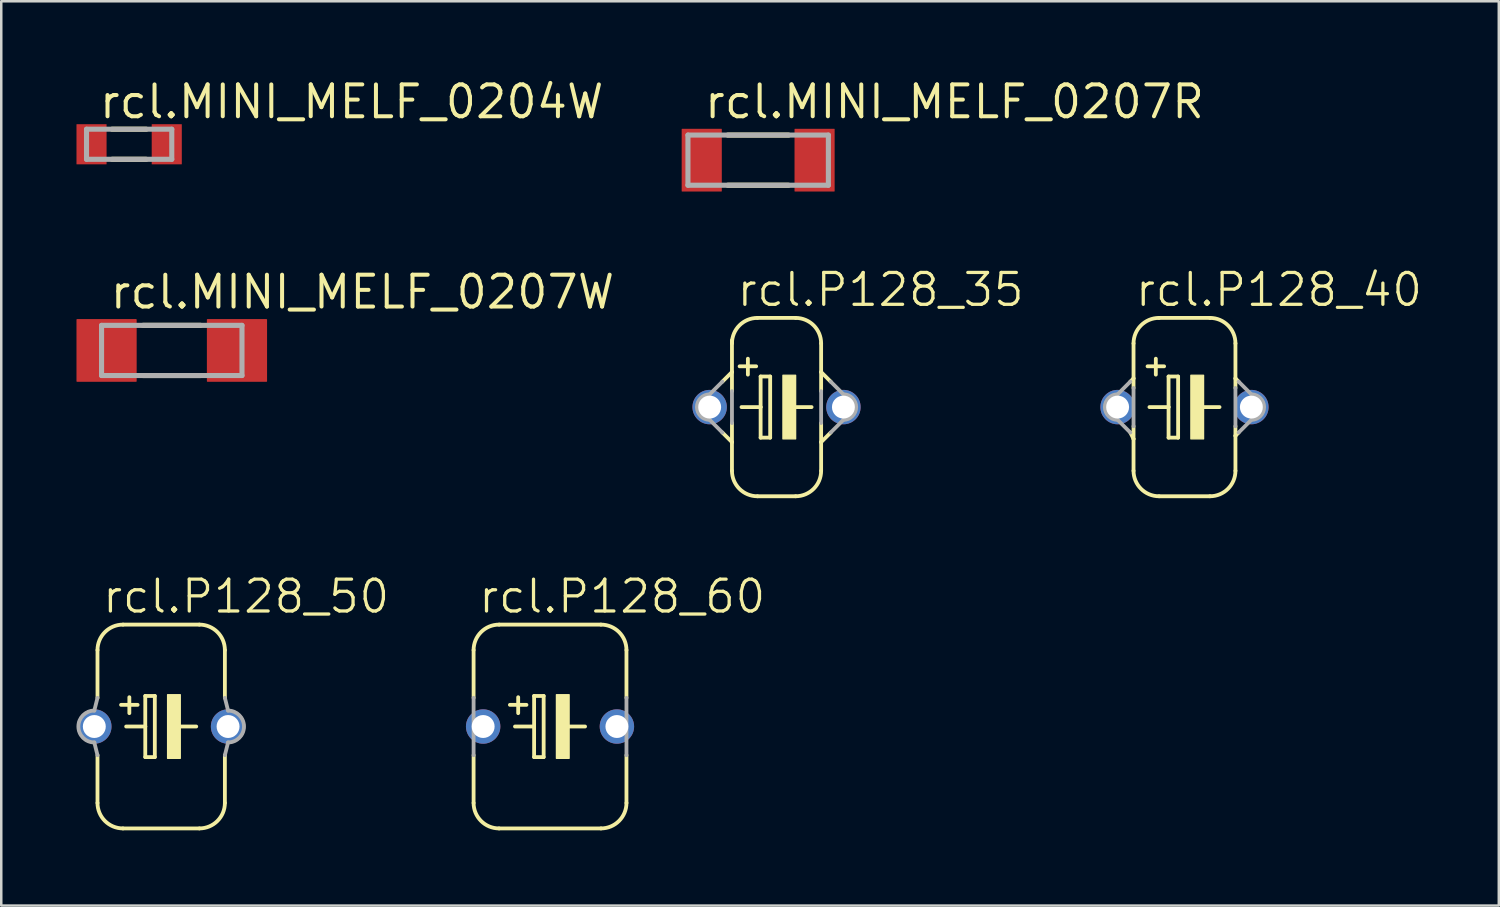
<source format=kicad_pcb>
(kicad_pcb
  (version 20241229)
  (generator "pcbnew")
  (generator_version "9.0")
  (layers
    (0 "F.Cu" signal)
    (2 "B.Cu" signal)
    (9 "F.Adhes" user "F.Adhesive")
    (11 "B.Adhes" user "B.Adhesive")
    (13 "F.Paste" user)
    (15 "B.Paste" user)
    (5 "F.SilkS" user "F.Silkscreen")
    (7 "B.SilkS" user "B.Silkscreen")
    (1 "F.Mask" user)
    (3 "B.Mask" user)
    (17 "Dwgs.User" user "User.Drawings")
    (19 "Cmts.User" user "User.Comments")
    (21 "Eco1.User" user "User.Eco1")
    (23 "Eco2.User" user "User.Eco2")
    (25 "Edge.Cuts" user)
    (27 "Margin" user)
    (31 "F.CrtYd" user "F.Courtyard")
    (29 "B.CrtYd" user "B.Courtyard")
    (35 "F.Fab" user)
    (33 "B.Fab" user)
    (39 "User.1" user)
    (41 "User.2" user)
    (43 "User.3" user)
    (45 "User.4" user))
  (footprint "rcl.P128_35"
    (layer "F.Cu")
    (at 27.917 13.184)
    (property "Reference" "rcl.P128_35" (at -1.651 -3.937 0) (layer "F.SilkS") (effects (font (size 1.27 1.27) (thickness 0.13)) (justify left bottom)))
    (attr through_hole)
    (fp_line (start -2.159 -1.016) (end -1.778 -1.397) (stroke (width 0.152) (type default)) (layer "F.SilkS"))
    (fp_line (start -1.778 -2.667) (end -1.778 -1.397) (stroke (width 0.152) (type default)) (layer "F.SilkS"))
    (fp_line (start -1.778 -1.397) (end -1.778 -0.635) (stroke (width 0.152) (type default)) (layer "F.SilkS"))
    (fp_line (start -1.778 0.635) (end -1.778 1.397) (stroke (width 0.152) (type default)) (layer "F.SilkS"))
    (fp_line (start -1.778 1.397) (end -2.159 1.016) (stroke (width 0.152) (type default)) (layer "F.SilkS"))
    (fp_line (start -1.778 1.397) (end -1.778 2.54) (stroke (width 0.152) (type default)) (layer "F.SilkS"))
    (fp_line (start -1.397 0) (end -0.635 0) (stroke (width 0.152) (type default)) (layer "F.SilkS"))
    (fp_line (start -1.143 -1.93) (end -1.143 -1.295) (stroke (width 0.152) (type default)) (layer "F.SilkS"))
    (fp_line (start -0.813 -1.626) (end -1.473 -1.626) (stroke (width 0.152) (type default)) (layer "F.SilkS"))
    (fp_line (start -0.762 3.556) (end 0.762 3.556) (stroke (width 0.152) (type default)) (layer "F.SilkS"))
    (fp_line (start -0.635 -1.219) (end -0.635 0) (stroke (width 0.152) (type default)) (layer "F.SilkS"))
    (fp_line (start -0.635 0) (end -0.635 1.219) (stroke (width 0.152) (type default)) (layer "F.SilkS"))
    (fp_line (start -0.635 1.219) (end -0.254 1.219) (stroke (width 0.152) (type default)) (layer "F.SilkS"))
    (fp_line (start -0.254 -1.219) (end -0.635 -1.219) (stroke (width 0.152) (type default)) (layer "F.SilkS"))
    (fp_line (start -0.254 1.219) (end -0.254 -1.219) (stroke (width 0.152) (type default)) (layer "F.SilkS"))
    (fp_line (start 0.635 0) (end 1.397 0) (stroke (width 0.152) (type default)) (layer "F.SilkS"))
    (fp_line (start 0.762 -3.556) (end -0.762 -3.556) (stroke (width 0.152) (type default)) (layer "F.SilkS"))
    (fp_line (start 1.778 -2.54) (end 1.778 -1.397) (stroke (width 0.152) (type default)) (layer "F.SilkS"))
    (fp_line (start 1.778 -1.397) (end 1.778 -0.635) (stroke (width 0.152) (type default)) (layer "F.SilkS"))
    (fp_line (start 1.778 0.635) (end 1.778 1.397) (stroke (width 0.152) (type default)) (layer "F.SilkS"))
    (fp_line (start 1.778 1.397) (end 1.778 2.54) (stroke (width 0.152) (type default)) (layer "F.SilkS"))
    (fp_line (start 1.778 1.397) (end 2.159 1.016) (stroke (width 0.152) (type default)) (layer "F.SilkS"))
    (fp_line (start 2.159 -1.016) (end 1.778 -1.397) (stroke (width 0.152) (type default)) (layer "F.SilkS"))
    (fp_rect (start 0.254 1.27) (end 0.762 -1.27) (stroke (width 0.05) (type default)) (fill yes) (layer "F.SilkS"))
    (fp_arc (start -1.778 -2.54) (mid -1.48042 -3.25842) (end -0.762 -3.556) (stroke (width 0.1524) (type default)) (layer "F.SilkS"))
    (fp_arc (start -0.762 3.556) (mid -1.48042 3.25842) (end -1.778 2.54) (stroke (width 0.1524) (type default)) (layer "F.SilkS"))
    (fp_arc (start 0.762 -3.556) (mid 1.48042 -3.25842) (end 1.778 -2.54) (stroke (width 0.1524) (type default)) (layer "F.SilkS"))
    (fp_arc (start 1.778 2.54) (mid 1.48042 3.25842) (end 0.762 3.556) (stroke (width 0.1524) (type default)) (layer "F.SilkS"))
    (fp_line (start -2.667 -0.508) (end -2.159 -1.016) (stroke (width 0.152) (type default)) (layer "F.Fab"))
    (fp_line (start -2.159 1.016) (end -2.667 0.508) (stroke (width 0.152) (type default)) (layer "F.Fab"))
    (fp_line (start -1.778 -0.635) (end -1.778 0.635) (stroke (width 0.152) (type default)) (layer "F.Fab"))
    (fp_line (start 1.778 -0.635) (end 1.778 0.635) (stroke (width 0.152) (type default)) (layer "F.Fab"))
    (fp_line (start 2.159 1.016) (end 2.667 0.508) (stroke (width 0.152) (type default)) (layer "F.Fab"))
    (fp_line (start 2.667 -0.508) (end 2.159 -1.016) (stroke (width 0.152) (type default)) (layer "F.Fab"))
    (fp_arc (start -2.667 0.508) (mid -3.175 0) (end -2.667 -0.508) (stroke (width 0.1524) (type default)) (layer "F.Fab"))
    (fp_arc (start 2.667 -0.508) (mid 3.175 0) (end 2.667 0.508) (stroke (width 0.1524) (type default)) (layer "F.Fab"))
    (pad "+" thru_hole circle (at -2.667 0) (size 1.372 1.372) (drill 0.914) (layers "*.Cu" "*.Mask"))
    (pad "-" thru_hole circle (at 2.667 0) (size 1.372 1.372) (drill 0.914) (layers "*.Cu" "*.Mask")))
  (footprint "rcl.MINI_MELF_0204W"
    (layer "F.Cu")
    (at 2.1 2.703)
    (property "Reference" "rcl.MINI_MELF_0204W" (at -1.27 -0.953 0) (layer "F.SilkS") (effects (font (size 1.27 1.27) (thickness 0.16)) (justify left bottom)))
    (attr smd)
    (fp_line (start -0.684 0.6) (end 0.684 0.6) (stroke (width 0.203) (type default)) (layer "F.SilkS"))
    (fp_line (start 0.684 -0.6) (end -0.684 -0.6) (stroke (width 0.203) (type default)) (layer "F.SilkS"))
    (fp_line (start -1.7 -0.6) (end -1.7 0.6) (stroke (width 0.203) (type default)) (layer "F.Fab"))
    (fp_line (start -1.7 0.6) (end 1.7 0.6) (stroke (width 0.203) (type default)) (layer "F.Fab"))
    (fp_line (start 1.7 -0.6) (end -1.7 -0.6) (stroke (width 0.203) (type default)) (layer "F.Fab"))
    (fp_line (start 1.7 0.6) (end 1.7 -0.6) (stroke (width 0.203) (type default)) (layer "F.Fab"))
    (pad "1" smd roundrect (at -1.5 0) (size 1.2 1.6) (layers "F.Cu" "F.Mask" "F.Paste") (roundrect_rratio 0.01))
    (pad "2" smd roundrect (at 1.5 0) (size 1.2 1.6) (layers "F.Cu" "F.Mask" "F.Paste") (roundrect_rratio 0.01)))
  (footprint "rcl.MINI_MELF_0207R"
    (layer "F.Cu")
    (at 27.184 3.337)
    (property "Reference" "rcl.MINI_MELF_0207R" (at -2.223 -1.587 0) (layer "F.SilkS") (effects (font (size 1.27 1.27) (thickness 0.16)) (justify left bottom)))
    (attr smd)
    (fp_line (start -1.212 1) (end 1.212 1) (stroke (width 0.203) (type default)) (layer "F.SilkS"))
    (fp_line (start 1.212 -1) (end -1.212 -1) (stroke (width 0.203) (type default)) (layer "F.SilkS"))
    (fp_line (start -2.8 -1) (end -2.8 1) (stroke (width 0.203) (type default)) (layer "F.Fab"))
    (fp_line (start -2.8 1) (end 2.8 1) (stroke (width 0.203) (type default)) (layer "F.Fab"))
    (fp_line (start 2.8 -1) (end -2.8 -1) (stroke (width 0.203) (type default)) (layer "F.Fab"))
    (fp_line (start 2.8 1) (end 2.8 -1) (stroke (width 0.203) (type default)) (layer "F.Fab"))
    (pad "1" smd roundrect (at -2.25 0) (size 1.6 2.5) (layers "F.Cu" "F.Mask" "F.Paste") (roundrect_rratio 0.01))
    (pad "2" smd roundrect (at 2.25 0) (size 1.6 2.5) (layers "F.Cu" "F.Mask" "F.Paste") (roundrect_rratio 0.01)))
  (footprint "rcl.P128_40"
    (layer "F.Cu")
    (at 44.185 13.184)
    (property "Reference" "rcl.P128_40" (at -2.032 -3.937 0) (layer "F.SilkS") (effects (font (size 1.27 1.27) (thickness 0.13)) (justify left bottom)))
    (attr through_hole)
    (fp_line (start -2.159 -1.016) (end -2.032 -1.143) (stroke (width 0.152) (type default)) (layer "F.SilkS"))
    (fp_line (start -2.032 -2.54) (end -2.032 -1.143) (stroke (width 0.152) (type default)) (layer "F.SilkS"))
    (fp_line (start -2.032 -1.143) (end -2.032 -0.762) (stroke (width 0.152) (type default)) (layer "F.SilkS"))
    (fp_line (start -2.032 0.762) (end -2.032 1.27) (stroke (width 0.152) (type default)) (layer "F.SilkS"))
    (fp_line (start -2.032 1.27) (end -2.159 1.016) (stroke (width 0.152) (type default)) (layer "F.SilkS"))
    (fp_line (start -2.032 1.27) (end -2.032 2.54) (stroke (width 0.152) (type default)) (layer "F.SilkS"))
    (fp_line (start -1.397 0) (end -0.635 0) (stroke (width 0.152) (type default)) (layer "F.SilkS"))
    (fp_line (start -1.143 -1.93) (end -1.143 -1.295) (stroke (width 0.152) (type default)) (layer "F.SilkS"))
    (fp_line (start -1.016 3.556) (end 1.016 3.556) (stroke (width 0.152) (type default)) (layer "F.SilkS"))
    (fp_line (start -0.813 -1.626) (end -1.473 -1.626) (stroke (width 0.152) (type default)) (layer "F.SilkS"))
    (fp_line (start -0.635 -1.219) (end -0.635 0) (stroke (width 0.152) (type default)) (layer "F.SilkS"))
    (fp_line (start -0.635 0) (end -0.635 1.219) (stroke (width 0.152) (type default)) (layer "F.SilkS"))
    (fp_line (start -0.635 1.219) (end -0.254 1.219) (stroke (width 0.152) (type default)) (layer "F.SilkS"))
    (fp_line (start -0.254 -1.219) (end -0.635 -1.219) (stroke (width 0.152) (type default)) (layer "F.SilkS"))
    (fp_line (start -0.254 1.219) (end -0.254 -1.219) (stroke (width 0.152) (type default)) (layer "F.SilkS"))
    (fp_line (start 0.635 0) (end 1.397 0) (stroke (width 0.152) (type default)) (layer "F.SilkS"))
    (fp_line (start 1.016 -3.556) (end -1.016 -3.556) (stroke (width 0.152) (type default)) (layer "F.SilkS"))
    (fp_line (start 2.032 -2.54) (end 2.032 -1.143) (stroke (width 0.152) (type default)) (layer "F.SilkS"))
    (fp_line (start 2.032 -1.143) (end 2.032 -0.762) (stroke (width 0.152) (type default)) (layer "F.SilkS"))
    (fp_line (start 2.032 0.762) (end 2.032 1.143) (stroke (width 0.152) (type default)) (layer "F.SilkS"))
    (fp_line (start 2.032 1.143) (end 2.032 2.54) (stroke (width 0.152) (type default)) (layer "F.SilkS"))
    (fp_line (start 2.032 1.143) (end 2.159 1.016) (stroke (width 0.152) (type default)) (layer "F.SilkS"))
    (fp_line (start 2.159 -1.016) (end 2.032 -1.143) (stroke (width 0.152) (type default)) (layer "F.SilkS"))
    (fp_rect (start 0.254 1.27) (end 0.762 -1.27) (stroke (width 0.05) (type default)) (fill yes) (layer "F.SilkS"))
    (fp_arc (start -2.032 -2.54) (mid -1.73442 -3.25842) (end -1.016 -3.556) (stroke (width 0.1524) (type default)) (layer "F.SilkS"))
    (fp_arc (start -1.016 3.556) (mid -1.73442 3.25842) (end -2.032 2.54) (stroke (width 0.1524) (type default)) (layer "F.SilkS"))
    (fp_arc (start 1.016 -3.556) (mid 1.73442 -3.25842) (end 2.032 -2.54) (stroke (width 0.1524) (type default)) (layer "F.SilkS"))
    (fp_arc (start 2.032 2.54) (mid 1.73442 3.25842) (end 1.016 3.556) (stroke (width 0.1524) (type default)) (layer "F.SilkS"))
    (fp_line (start -2.667 -0.508) (end -2.159 -1.016) (stroke (width 0.152) (type default)) (layer "F.Fab"))
    (fp_line (start -2.159 1.016) (end -2.667 0.508) (stroke (width 0.152) (type default)) (layer "F.Fab"))
    (fp_line (start -2.032 -0.762) (end -2.032 0.762) (stroke (width 0.152) (type default)) (layer "F.Fab"))
    (fp_line (start 2.032 -0.762) (end 2.032 0.762) (stroke (width 0.152) (type default)) (layer "F.Fab"))
    (fp_line (start 2.159 1.016) (end 2.667 0.508) (stroke (width 0.152) (type default)) (layer "F.Fab"))
    (fp_line (start 2.667 -0.508) (end 2.159 -1.016) (stroke (width 0.152) (type default)) (layer "F.Fab"))
    (fp_arc (start -2.667 0.508) (mid -3.175 0) (end -2.667 -0.508) (stroke (width 0.1524) (type default)) (layer "F.Fab"))
    (fp_arc (start 2.667 -0.508) (mid 3.175 0) (end 2.667 0.508) (stroke (width 0.1524) (type default)) (layer "F.Fab"))
    (pad "+" thru_hole circle (at -2.667 0) (size 1.372 1.372) (drill 0.914) (layers "*.Cu" "*.Mask"))
    (pad "-" thru_hole circle (at 2.667 0) (size 1.372 1.372) (drill 0.914) (layers "*.Cu" "*.Mask")))
  (footprint "rcl.P128_50"
    (layer "F.Cu")
    (at 3.378 25.922)
    (property "Reference" "rcl.P128_50" (at -2.413 -4.445 0) (layer "F.SilkS") (effects (font (size 1.27 1.27) (thickness 0.13)) (justify left bottom)))
    (attr through_hole)
    (fp_line (start -2.54 -3.048) (end -2.54 -1.143) (stroke (width 0.152) (type default)) (layer "F.SilkS"))
    (fp_line (start -2.54 1.143) (end -2.54 3.048) (stroke (width 0.152) (type default)) (layer "F.SilkS"))
    (fp_line (start -1.524 4.064) (end 1.524 4.064) (stroke (width 0.152) (type default)) (layer "F.SilkS"))
    (fp_line (start -1.397 0) (end -0.635 0) (stroke (width 0.152) (type default)) (layer "F.SilkS"))
    (fp_line (start -1.27 -1.168) (end -1.27 -0.533) (stroke (width 0.152) (type default)) (layer "F.SilkS"))
    (fp_line (start -0.94 -0.864) (end -1.6 -0.864) (stroke (width 0.152) (type default)) (layer "F.SilkS"))
    (fp_line (start -0.635 -1.219) (end -0.635 0) (stroke (width 0.152) (type default)) (layer "F.SilkS"))
    (fp_line (start -0.635 0) (end -0.635 1.219) (stroke (width 0.152) (type default)) (layer "F.SilkS"))
    (fp_line (start -0.635 1.219) (end -0.254 1.219) (stroke (width 0.152) (type default)) (layer "F.SilkS"))
    (fp_line (start -0.254 -1.219) (end -0.635 -1.219) (stroke (width 0.152) (type default)) (layer "F.SilkS"))
    (fp_line (start -0.254 1.219) (end -0.254 -1.219) (stroke (width 0.152) (type default)) (layer "F.SilkS"))
    (fp_line (start 0.635 0) (end 1.397 0) (stroke (width 0.152) (type default)) (layer "F.SilkS"))
    (fp_line (start 1.524 -4.064) (end -1.524 -4.064) (stroke (width 0.152) (type default)) (layer "F.SilkS"))
    (fp_line (start 2.54 -3.048) (end 2.54 -1.143) (stroke (width 0.152) (type default)) (layer "F.SilkS"))
    (fp_line (start 2.54 1.143) (end 2.54 3.048) (stroke (width 0.152) (type default)) (layer "F.SilkS"))
    (fp_rect (start 0.254 1.27) (end 0.762 -1.27) (stroke (width 0.05) (type default)) (fill yes) (layer "F.SilkS"))
    (fp_arc (start -2.54 -3.048) (mid -2.24242 -3.76642) (end -1.524 -4.064) (stroke (width 0.1524) (type default)) (layer "F.SilkS"))
    (fp_arc (start -1.524 4.064) (mid -2.24242 3.76642) (end -2.54 3.048) (stroke (width 0.1524) (type default)) (layer "F.SilkS"))
    (fp_arc (start 1.524 -4.064) (mid 2.24242 -3.76642) (end 2.54 -3.048) (stroke (width 0.1524) (type default)) (layer "F.SilkS"))
    (fp_arc (start 2.54 3.048) (mid 2.24242 3.76642) (end 1.524 4.064) (stroke (width 0.1524) (type default)) (layer "F.SilkS"))
    (fp_line (start -2.667 -0.635) (end -2.54 -1.143) (stroke (width 0.152) (type default)) (layer "F.Fab"))
    (fp_line (start -2.54 1.143) (end -2.667 0.635) (stroke (width 0.152) (type default)) (layer "F.Fab"))
    (fp_line (start 2.54 1.143) (end 2.667 0.635) (stroke (width 0.152) (type default)) (layer "F.Fab"))
    (fp_line (start 2.667 -0.635) (end 2.54 -1.143) (stroke (width 0.152) (type default)) (layer "F.Fab"))
    (fp_arc (start -2.667 0.635) (mid -3.302 0) (end -2.667 -0.635) (stroke (width 0.1524) (type default)) (layer "F.Fab"))
    (fp_arc (start 2.667 -0.635) (mid 3.302 0) (end 2.667 0.635) (stroke (width 0.1524) (type default)) (layer "F.Fab"))
    (pad "+" thru_hole circle (at -2.667 0) (size 1.372 1.372) (drill 0.914) (layers "*.Cu" "*.Mask"))
    (pad "-" thru_hole circle (at 2.667 0) (size 1.372 1.372) (drill 0.914) (layers "*.Cu" "*.Mask")))
  (footprint "rcl.MINI_MELF_0207W"
    (layer "F.Cu")
    (at 3.8 10.925)
    (property "Reference" "rcl.MINI_MELF_0207W" (at -2.54 -1.587 0) (layer "F.SilkS") (effects (font (size 1.27 1.27) (thickness 0.16)) (justify left bottom)))
    (attr smd)
    (fp_line (start -1.149 1) (end 1.149 1) (stroke (width 0.203) (type default)) (layer "F.SilkS"))
    (fp_line (start 1.149 -1) (end -1.149 -1) (stroke (width 0.203) (type default)) (layer "F.SilkS"))
    (fp_line (start -2.8 -1) (end -2.8 1) (stroke (width 0.203) (type default)) (layer "F.Fab"))
    (fp_line (start -2.8 1) (end 2.8 1) (stroke (width 0.203) (type default)) (layer "F.Fab"))
    (fp_line (start 2.8 -1) (end -2.8 -1) (stroke (width 0.203) (type default)) (layer "F.Fab"))
    (fp_line (start 2.8 1) (end 2.8 -1) (stroke (width 0.203) (type default)) (layer "F.Fab"))
    (pad "1" smd roundrect (at -2.6 0) (size 2.4 2.5) (layers "F.Cu" "F.Mask" "F.Paste") (roundrect_rratio 0.01))
    (pad "2" smd roundrect (at 2.6 0) (size 2.4 2.5) (layers "F.Cu" "F.Mask" "F.Paste") (roundrect_rratio 0.01)))
  (footprint "rcl.P128_60"
    (layer "F.Cu")
    (at 18.884 25.922)
    (property "Reference" "rcl.P128_60" (at -2.921 -4.445 0) (layer "F.SilkS") (effects (font (size 1.27 1.27) (thickness 0.13)) (justify left bottom)))
    (attr through_hole)
    (fp_line (start -3.048 -3.048) (end -3.048 -1.143) (stroke (width 0.152) (type default)) (layer "F.SilkS"))
    (fp_line (start -3.048 1.143) (end -3.048 3.048) (stroke (width 0.152) (type default)) (layer "F.SilkS"))
    (fp_line (start -2.032 4.064) (end 2.032 4.064) (stroke (width 0.152) (type default)) (layer "F.SilkS"))
    (fp_line (start -1.397 0) (end -0.635 0) (stroke (width 0.152) (type default)) (layer "F.SilkS"))
    (fp_line (start -1.27 -1.168) (end -1.27 -0.533) (stroke (width 0.152) (type default)) (layer "F.SilkS"))
    (fp_line (start -0.94 -0.864) (end -1.6 -0.864) (stroke (width 0.152) (type default)) (layer "F.SilkS"))
    (fp_line (start -0.635 -1.219) (end -0.635 0) (stroke (width 0.152) (type default)) (layer "F.SilkS"))
    (fp_line (start -0.635 0) (end -0.635 1.219) (stroke (width 0.152) (type default)) (layer "F.SilkS"))
    (fp_line (start -0.635 1.219) (end -0.254 1.219) (stroke (width 0.152) (type default)) (layer "F.SilkS"))
    (fp_line (start -0.254 -1.219) (end -0.635 -1.219) (stroke (width 0.152) (type default)) (layer "F.SilkS"))
    (fp_line (start -0.254 1.219) (end -0.254 -1.219) (stroke (width 0.152) (type default)) (layer "F.SilkS"))
    (fp_line (start 0.635 0) (end 1.397 0) (stroke (width 0.152) (type default)) (layer "F.SilkS"))
    (fp_line (start 2.032 -4.064) (end -2.032 -4.064) (stroke (width 0.152) (type default)) (layer "F.SilkS"))
    (fp_line (start 3.048 -3.048) (end 3.048 -1.143) (stroke (width 0.152) (type default)) (layer "F.SilkS"))
    (fp_line (start 3.048 1.143) (end 3.048 3.048) (stroke (width 0.152) (type default)) (layer "F.SilkS"))
    (fp_rect (start 0.254 1.27) (end 0.762 -1.27) (stroke (width 0.05) (type default)) (fill yes) (layer "F.SilkS"))
    (fp_arc (start -3.048 -3.048) (mid -2.75042 -3.76642) (end -2.032 -4.064) (stroke (width 0.1524) (type default)) (layer "F.SilkS"))
    (fp_arc (start -2.032 4.064) (mid -2.75042 3.76642) (end -3.048 3.048) (stroke (width 0.1524) (type default)) (layer "F.SilkS"))
    (fp_arc (start 2.032 -4.064) (mid 2.75042 -3.76642) (end 3.048 -3.048) (stroke (width 0.1524) (type default)) (layer "F.SilkS"))
    (fp_arc (start 3.048 3.048) (mid 2.75042 3.76642) (end 2.032 4.064) (stroke (width 0.1524) (type default)) (layer "F.SilkS"))
    (fp_line (start -3.048 1.143) (end -3.048 -1.143) (stroke (width 0.152) (type default)) (layer "F.Fab"))
    (fp_line (start 3.048 1.143) (end 3.048 -1.143) (stroke (width 0.152) (type default)) (layer "F.Fab"))
    (pad "+" thru_hole circle (at -2.667 0) (size 1.372 1.372) (drill 0.914) (layers "*.Cu" "*.Mask"))
    (pad "-" thru_hole circle (at 2.667 0) (size 1.372 1.372) (drill 0.914) (layers "*.Cu" "*.Mask")))
  (gr_rect
    (start -3 -3)
    (end 56.719 33.062)
    (stroke (width 0.1) (type default))
    (fill no)
    (layer "Edge.Cuts")))
</source>
